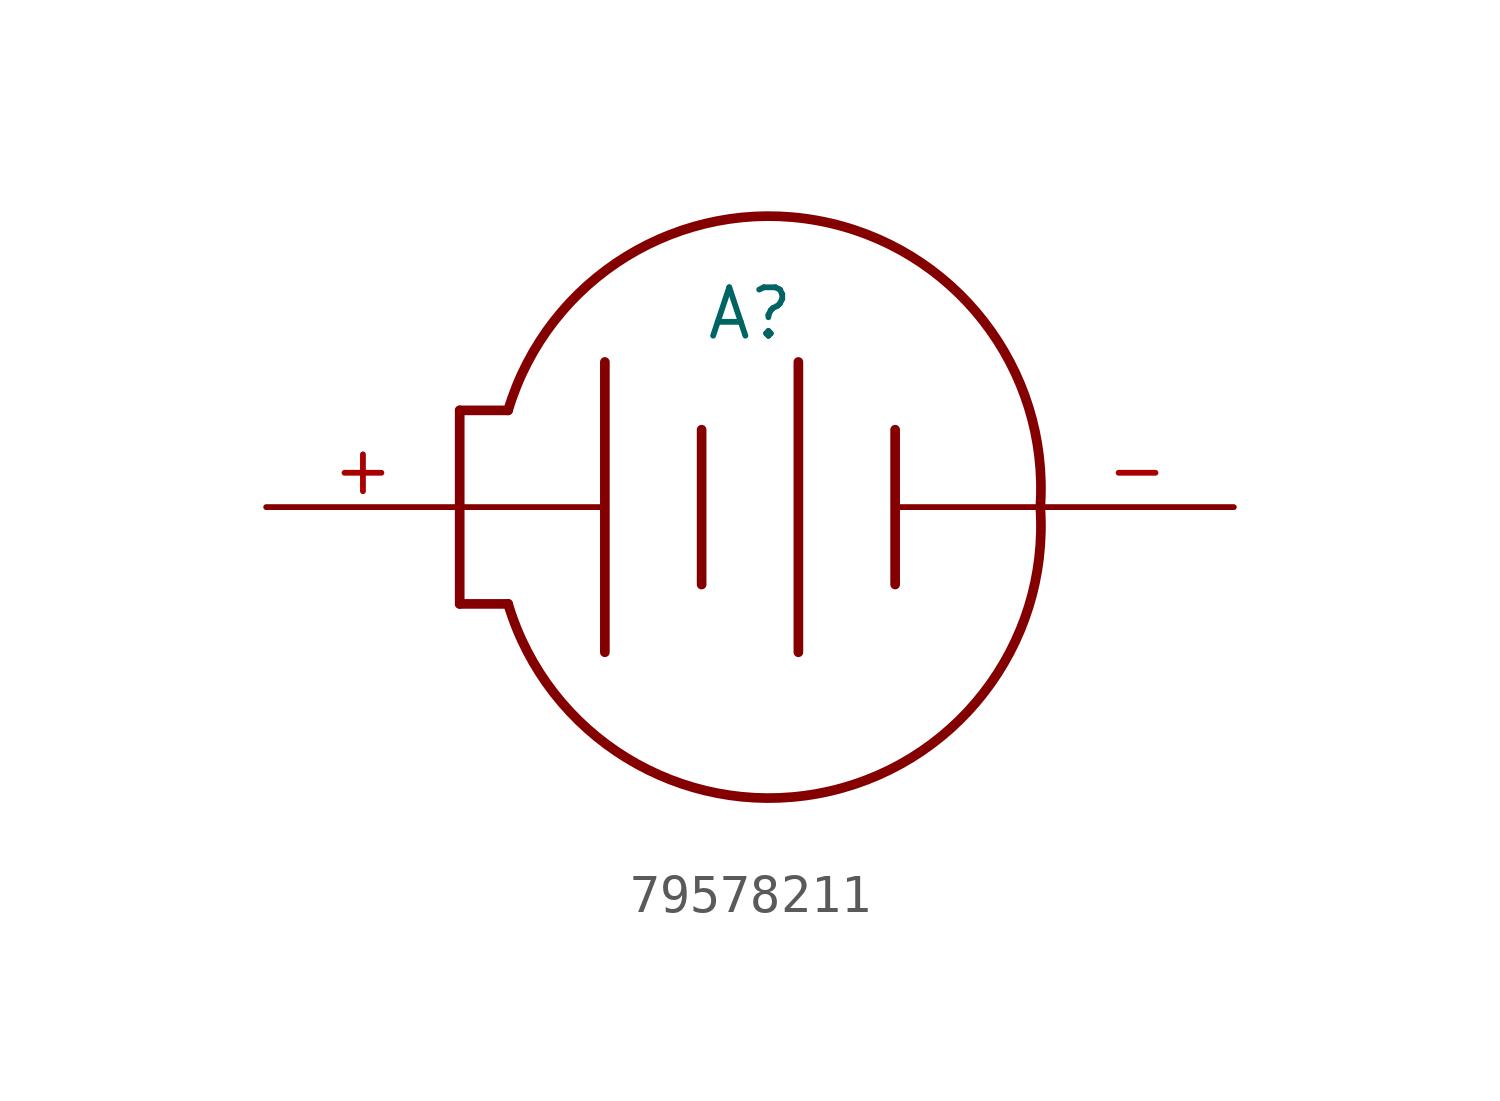
<source format=kicad_sym>
(kicad_symbol_lib
  (version 20220914)
  (generator kicad_symbol_editor)
  (symbol "79578211"
    (pin_names hide)
    (property "Reference" "A"
      (at 0 5.08 0)
      (effects (font (size 1.27 1.27))))
    (symbol "79578211_0_0"
      (polyline (pts (xy -7.62 -2.54) (xy -7.62 2.54)) (stroke (width 0.254) (type default)) (fill (type none)))
      (polyline (pts (xy -7.62 2.54) (xy -6.35 2.54)) (stroke (width 0.254) (type default)) (fill (type none)))
      (polyline (pts (xy -6.35 -2.54) (xy -7.62 -2.54)) (stroke (width 0.254) (type default)) (fill (type none)))
      (polyline (pts (xy -3.81 0) (xy -7.62 0)) (stroke (width 0.152) (type default)) (fill (type none)))
      (polyline (pts (xy -1.27 2.032) (xy -1.27 -2.032)) (stroke (width 0.254) (type default)) (fill (type none)))
      (polyline (pts (xy 1.27 3.81) (xy 1.27 -3.81)) (stroke (width 0.254) (type default)) (fill (type none)))
      (polyline (pts (xy 3.81 0) (xy 7.62 0)) (stroke (width 0.152) (type default)) (fill (type none)))
      (polyline (pts (xy 3.81 2.032) (xy 3.81 -2.032)) (stroke (width 0.254) (type default)) (fill (type none))))
    (symbol "79578211_1_0"
      (pin passive line (at -12.7 0 0) (length 5.08) (name "POS" (effects (font (size 1.27 1.27)))) (number "+" (effects (font (size 1.27 1.27)))))
      (pin passive line (at 12.7 0 180) (length 5.08) (name "NEG" (effects (font (size 1.27 1.27)))) (number "-" (effects (font (size 1.27 1.27))))))
    (symbol "79578211_1_1"
      (arc (start -6.35 -2.54) (mid 0 -7.62) (end 7.62 0) (stroke (width 0.254) (type default)) (fill (type none)))
      (polyline (pts (xy -3.81 3.81) (xy -3.81 -3.81)) (stroke (width 0.254) (type default)) (fill (type none)))
      (arc (start 7.62 0) (mid 0 7.62) (end -6.35 2.54) (stroke (width 0.254) (type default)) (fill (type none))))))
</source>
